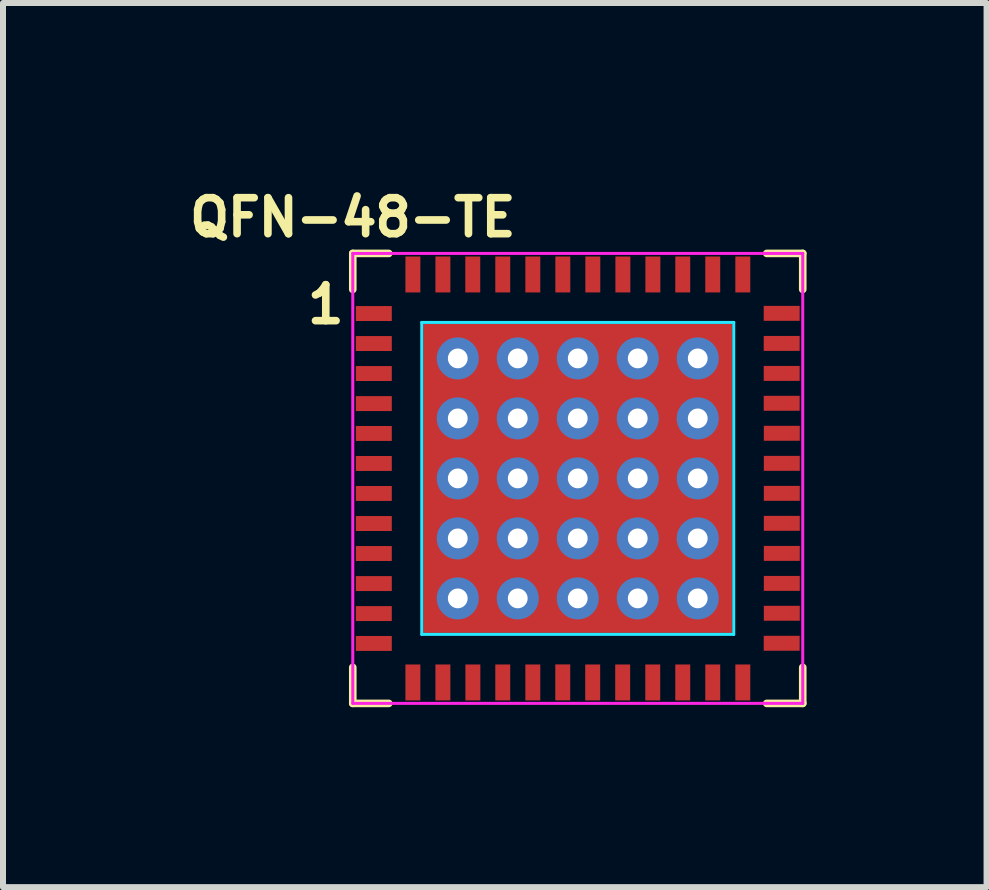
<source format=kicad_pcb>
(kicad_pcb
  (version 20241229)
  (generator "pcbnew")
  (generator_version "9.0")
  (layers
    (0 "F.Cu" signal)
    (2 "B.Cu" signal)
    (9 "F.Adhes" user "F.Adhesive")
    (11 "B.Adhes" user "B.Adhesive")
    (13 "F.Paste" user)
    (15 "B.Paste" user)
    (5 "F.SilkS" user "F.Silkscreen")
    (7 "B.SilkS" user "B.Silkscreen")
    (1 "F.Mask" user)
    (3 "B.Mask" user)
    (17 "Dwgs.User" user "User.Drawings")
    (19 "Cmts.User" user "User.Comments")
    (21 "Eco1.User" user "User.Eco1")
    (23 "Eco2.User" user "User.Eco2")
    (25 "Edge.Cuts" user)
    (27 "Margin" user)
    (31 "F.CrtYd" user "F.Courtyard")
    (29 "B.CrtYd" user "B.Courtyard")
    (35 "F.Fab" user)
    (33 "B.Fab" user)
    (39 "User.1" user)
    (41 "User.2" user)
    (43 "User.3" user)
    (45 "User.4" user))
  (footprint "QFN-48-TE"
    (layer "F.Cu")
    (at 6.58 4.924)
    (property "Reference" "QFN-48-TE" (at -3.75 -4.35 180) (layer "F.SilkS") (effects (font (size 0.6 0.6) (thickness 0.127))))
    (attr smd)
    (fp_line (start -3.75 -3.75) (end -3.75 -3.15) (stroke (width 0.127) (type solid)) (layer "F.SilkS"))
    (fp_line (start -3.75 3.15) (end -3.75 3.75) (stroke (width 0.127) (type solid)) (layer "F.SilkS"))
    (fp_line (start -3.75 3.75) (end -3.15 3.75) (stroke (width 0.127) (type solid)) (layer "F.SilkS"))
    (fp_line (start -3.15 -3.75) (end -3.75 -3.75) (stroke (width 0.127) (type solid)) (layer "F.SilkS"))
    (fp_line (start 3.75 -3.75) (end 3.15 -3.75) (stroke (width 0.127) (type solid)) (layer "F.SilkS"))
    (fp_line (start 3.75 -3.15) (end 3.75 -3.75) (stroke (width 0.127) (type solid)) (layer "F.SilkS"))
    (fp_line (start 3.75 3.15) (end 3.75 3.75) (stroke (width 0.127) (type solid)) (layer "F.SilkS"))
    (fp_line (start 3.75 3.75) (end 3.15 3.75) (stroke (width 0.127) (type solid)) (layer "F.SilkS"))
    (fp_line (start -2.6 -2.6) (end 2.6 -2.6) (stroke (width 0.05) (type solid)) (layer "B.CrtYd"))
    (fp_line (start -2.6 2.6) (end -2.6 -2.6) (stroke (width 0.05) (type solid)) (layer "B.CrtYd"))
    (fp_line (start 2.6 -2.6) (end 2.6 2.6) (stroke (width 0.05) (type solid)) (layer "B.CrtYd"))
    (fp_line (start 2.6 2.6) (end -2.6 2.6) (stroke (width 0.05) (type solid)) (layer "B.CrtYd"))
    (fp_line (start -3.75 -3.75) (end 3.75 -3.75) (stroke (width 0.05) (type solid)) (layer "F.CrtYd"))
    (fp_line (start -3.75 3.75) (end -3.75 -3.75) (stroke (width 0.05) (type solid)) (layer "F.CrtYd"))
    (fp_line (start 3.75 -3.75) (end 3.75 3.75) (stroke (width 0.05) (type solid)) (layer "F.CrtYd"))
    (fp_line (start 3.75 3.75) (end -3.75 3.75) (stroke (width 0.05) (type solid)) (layer "F.CrtYd"))
    (fp_text user "1" (at -4.2 -2.9 0) (layer "F.SilkS") (effects (font (size 0.6 0.6) (thickness 0.127))))
    (pad "1" smd rect (at -3.399 -2.748) (size 0.599 0.249) (layers "F.Cu" "F.Mask" "F.Paste"))
    (pad "2" smd rect (at -3.399 -2.248) (size 0.599 0.249) (layers "F.Cu" "F.Mask" "F.Paste"))
    (pad "3" smd rect (at -3.399 -1.748) (size 0.599 0.249) (layers "F.Cu" "F.Mask" "F.Paste"))
    (pad "4" smd rect (at -3.399 -1.247) (size 0.599 0.249) (layers "F.Cu" "F.Mask" "F.Paste"))
    (pad "5" smd rect (at -3.399 -0.749) (size 0.599 0.249) (layers "F.Cu" "F.Mask" "F.Paste"))
    (pad "6" smd rect (at -3.399 -0.249) (size 0.599 0.249) (layers "F.Cu" "F.Mask" "F.Paste"))
    (pad "7" smd rect (at -3.399 0.251) (size 0.599 0.249) (layers "F.Cu" "F.Mask" "F.Paste"))
    (pad "8" smd rect (at -3.399 0.752) (size 0.599 0.249) (layers "F.Cu" "F.Mask" "F.Paste"))
    (pad "9" smd rect (at -3.399 1.252) (size 0.599 0.249) (layers "F.Cu" "F.Mask" "F.Paste"))
    (pad "10" smd rect (at -3.399 1.753) (size 0.599 0.249) (layers "F.Cu" "F.Mask" "F.Paste"))
    (pad "11" smd rect (at -3.399 2.253) (size 0.599 0.249) (layers "F.Cu" "F.Mask" "F.Paste"))
    (pad "12" smd rect (at -3.399 2.751) (size 0.599 0.249) (layers "F.Cu" "F.Mask" "F.Paste"))
    (pad "13" smd rect (at -2.748 3.401) (size 0.249 0.599) (layers "F.Cu" "F.Mask" "F.Paste"))
    (pad "14" smd rect (at -2.248 3.401) (size 0.249 0.599) (layers "F.Cu" "F.Mask" "F.Paste"))
    (pad "15" smd rect (at -1.748 3.401) (size 0.249 0.599) (layers "F.Cu" "F.Mask" "F.Paste"))
    (pad "16" smd rect (at -1.25 3.401) (size 0.249 0.599) (layers "F.Cu" "F.Mask" "F.Paste"))
    (pad "17" smd rect (at -0.749 3.401) (size 0.249 0.599) (layers "F.Cu" "F.Mask" "F.Paste"))
    (pad "18" smd rect (at -0.25 3.4) (size 0.249 0.599) (layers "F.Cu" "F.Mask" "F.Paste"))
    (pad "19" smd rect (at 0.249 3.401) (size 0.249 0.599) (layers "F.Cu" "F.Mask" "F.Paste"))
    (pad "20" smd rect (at 0.749 3.401) (size 0.249 0.599) (layers "F.Cu" "F.Mask" "F.Paste"))
    (pad "21" smd rect (at 1.25 3.401) (size 0.249 0.599) (layers "F.Cu" "F.Mask" "F.Paste"))
    (pad "22" smd rect (at 1.75 3.401) (size 0.249 0.599) (layers "F.Cu" "F.Mask" "F.Paste"))
    (pad "23" smd rect (at 2.25 3.401) (size 0.249 0.599) (layers "F.Cu" "F.Mask" "F.Paste"))
    (pad "24" smd rect (at 2.751 3.401) (size 0.249 0.599) (layers "F.Cu" "F.Mask" "F.Paste"))
    (pad "25" smd rect (at 3.399 2.748) (size 0.599 0.249) (layers "F.Cu" "F.Mask" "F.Paste"))
    (pad "26" smd rect (at 3.401 2.248) (size 0.599 0.249) (layers "F.Cu" "F.Mask" "F.Paste"))
    (pad "27" smd rect (at 3.401 1.75) (size 0.599 0.249) (layers "F.Cu" "F.Mask" "F.Paste"))
    (pad "28" smd rect (at 3.401 1.25) (size 0.599 0.249) (layers "F.Cu" "F.Mask" "F.Paste"))
    (pad "29" smd rect (at 3.401 0.749) (size 0.599 0.249) (layers "F.Cu" "F.Mask" "F.Paste"))
    (pad "30" smd rect (at 3.401 0.249) (size 0.599 0.249) (layers "F.Cu" "F.Mask" "F.Paste"))
    (pad "31" smd rect (at 3.401 -0.251) (size 0.599 0.249) (layers "F.Cu" "F.Mask" "F.Paste"))
    (pad "32" smd rect (at 3.401 -0.752) (size 0.599 0.249) (layers "F.Cu" "F.Mask" "F.Paste"))
    (pad "33" smd rect (at 3.399 -1.252) (size 0.599 0.249) (layers "F.Cu" "F.Mask" "F.Paste"))
    (pad "34" smd rect (at 3.399 -1.75) (size 0.599 0.249) (layers "F.Cu" "F.Mask" "F.Paste"))
    (pad "35" smd rect (at 3.399 -2.25) (size 0.599 0.249) (layers "F.Cu" "F.Mask" "F.Paste"))
    (pad "36" smd rect (at 3.399 -2.751) (size 0.599 0.249) (layers "F.Cu" "F.Mask" "F.Paste"))
    (pad "37" smd rect (at 2.751 -3.399) (size 0.249 0.599) (layers "F.Cu" "F.Mask" "F.Paste"))
    (pad "38" smd rect (at 2.25 -3.399) (size 0.249 0.599) (layers "F.Cu" "F.Mask" "F.Paste"))
    (pad "39" smd rect (at 1.75 -3.399) (size 0.249 0.599) (layers "F.Cu" "F.Mask" "F.Paste"))
    (pad "40" smd rect (at 1.252 -3.399) (size 0.249 0.599) (layers "F.Cu" "F.Mask" "F.Paste"))
    (pad "41" smd rect (at 0.752 -3.399) (size 0.249 0.599) (layers "F.Cu" "F.Mask" "F.Paste"))
    (pad "42" smd rect (at 0.251 -3.399) (size 0.249 0.599) (layers "F.Cu" "F.Mask" "F.Paste"))
    (pad "43" smd rect (at -0.249 -3.399) (size 0.249 0.599) (layers "F.Cu" "F.Mask" "F.Paste"))
    (pad "44" smd rect (at -0.749 -3.399) (size 0.249 0.599) (layers "F.Cu" "F.Mask" "F.Paste"))
    (pad "45" smd rect (at -1.25 -3.399) (size 0.249 0.599) (layers "F.Cu" "F.Mask" "F.Paste"))
    (pad "46" smd rect (at -1.75 -3.399) (size 0.249 0.599) (layers "F.Cu" "F.Mask" "F.Paste"))
    (pad "47" smd rect (at -2.248 -3.399) (size 0.249 0.599) (layers "F.Cu" "F.Mask" "F.Paste"))
    (pad "48" smd rect (at -2.748 -3.399) (size 0.249 0.599) (layers "F.Cu" "F.Mask" "F.Paste"))
    (pad "49" thru_hole circle (at -2 -2) (size 0.7 0.7) (drill 0.33) (layers "*.Cu" "F.Mask"))
    (pad "49" thru_hole circle (at -2 -1) (size 0.7 0.7) (drill 0.33) (layers "*.Cu" "F.Mask"))
    (pad "49" thru_hole circle (at -2 0) (size 0.7 0.7) (drill 0.33) (layers "*.Cu" "F.Mask"))
    (pad "49" thru_hole circle (at -2 1) (size 0.7 0.7) (drill 0.33) (layers "*.Cu" "F.Mask"))
    (pad "49" thru_hole circle (at -2 2) (size 0.7 0.7) (drill 0.33) (layers "*.Cu" "F.Mask"))
    (pad "49" smd oval (at -1.5 -1.5) (size 1 0.8) (layers "F.Cu" "F.Mask" "F.Paste"))
    (pad "49" smd oval (at -1.5 -0.5) (size 1 0.8) (layers "F.Cu" "F.Mask" "F.Paste"))
    (pad "49" smd oval (at -1.5 0.5) (size 1 0.8) (layers "F.Cu" "F.Mask" "F.Paste"))
    (pad "49" smd oval (at -1.5 1.5) (size 1 0.8) (layers "F.Cu" "F.Mask" "F.Paste"))
    (pad "49" thru_hole circle (at -1 -2) (size 0.7 0.7) (drill 0.33) (layers "*.Cu" "F.Mask"))
    (pad "49" thru_hole circle (at -1 -1) (size 0.7 0.7) (drill 0.33) (layers "*.Cu" "F.Mask"))
    (pad "49" thru_hole circle (at -1 0) (size 0.7 0.7) (drill 0.33) (layers "*.Cu" "F.Mask"))
    (pad "49" thru_hole circle (at -1 1) (size 0.7 0.7) (drill 0.33) (layers "*.Cu" "F.Mask"))
    (pad "49" thru_hole circle (at -1 2) (size 0.7 0.7) (drill 0.33) (layers "*.Cu" "F.Mask"))
    (pad "49" smd oval (at -0.5 -1.5) (size 1 0.8) (layers "F.Cu" "F.Mask" "F.Paste"))
    (pad "49" smd oval (at -0.5 -0.5) (size 1 0.8) (layers "F.Cu" "F.Mask" "F.Paste"))
    (pad "49" smd oval (at -0.5 0.5) (size 1 0.8) (layers "F.Cu" "F.Mask" "F.Paste"))
    (pad "49" smd oval (at -0.5 1.5) (size 1 0.8) (layers "F.Cu" "F.Mask" "F.Paste"))
    (pad "49" smd oval (at 0 -2.35) (size 5 0.3) (layers "F.Cu" "F.Mask" "F.Paste"))
    (pad "49" thru_hole circle (at 0 -2) (size 0.7 0.7) (drill 0.33) (layers "*.Cu" "F.Mask"))
    (pad "49" smd oval (at 0 -1.5) (size 5 0.6) (layers "F.Cu" "F.Mask" "F.Paste"))
    (pad "49" thru_hole circle (at 0 -1) (size 0.7 0.7) (drill 0.33) (layers "*.Cu" "F.Mask"))
    (pad "49" smd oval (at 0 -0.5) (size 5 0.6) (layers "F.Cu" "F.Mask" "F.Paste"))
    (pad "49" thru_hole circle (at 0 0) (size 0.7 0.7) (drill 0.33) (layers "*.Cu" "F.Mask"))
    (pad "49" smd rect (at 0 0 270) (size 5.15 5.15) (layers "F.Cu" "F.Mask"))
    (pad "49" smd oval (at 0 0.5) (size 5 0.6) (layers "F.Cu" "F.Mask" "F.Paste"))
    (pad "49" thru_hole circle (at 0 1) (size 0.7 0.7) (drill 0.33) (layers "*.Cu" "F.Mask"))
    (pad "49" smd oval (at 0 1.5) (size 5 0.6) (layers "F.Cu" "F.Mask" "F.Paste"))
    (pad "49" thru_hole circle (at 0 2) (size 0.7 0.7) (drill 0.33) (layers "*.Cu" "F.Mask"))
    (pad "49" smd oval (at 0 2.35) (size 5 0.3) (layers "F.Cu" "F.Mask" "F.Paste"))
    (pad "49" smd oval (at 0.5 -1.5) (size 1 0.8) (layers "F.Cu" "F.Mask" "F.Paste"))
    (pad "49" smd oval (at 0.5 -0.5) (size 1 0.8) (layers "F.Cu" "F.Mask" "F.Paste"))
    (pad "49" smd oval (at 0.5 0.5) (size 1 0.8) (layers "F.Cu" "F.Mask" "F.Paste"))
    (pad "49" smd oval (at 0.5 1.5) (size 1 0.8) (layers "F.Cu" "F.Mask" "F.Paste"))
    (pad "49" thru_hole circle (at 1 -2) (size 0.7 0.7) (drill 0.33) (layers "*.Cu" "F.Mask"))
    (pad "49" thru_hole circle (at 1 -1) (size 0.7 0.7) (drill 0.33) (layers "*.Cu" "F.Mask"))
    (pad "49" thru_hole circle (at 1 0) (size 0.7 0.7) (drill 0.33) (layers "*.Cu" "F.Mask"))
    (pad "49" thru_hole circle (at 1 1) (size 0.7 0.7) (drill 0.33) (layers "*.Cu" "F.Mask"))
    (pad "49" thru_hole circle (at 1 2) (size 0.7 0.7) (drill 0.33) (layers "*.Cu" "F.Mask"))
    (pad "49" smd oval (at 1.5 -1.5) (size 1 0.8) (layers "F.Cu" "F.Mask" "F.Paste"))
    (pad "49" smd oval (at 1.5 -0.5) (size 1 0.8) (layers "F.Cu" "F.Mask" "F.Paste"))
    (pad "49" smd oval (at 1.5 0.5) (size 1 0.8) (layers "F.Cu" "F.Mask" "F.Paste"))
    (pad "49" smd oval (at 1.5 1.5) (size 1 0.8) (layers "F.Cu" "F.Mask" "F.Paste"))
    (pad "49" thru_hole circle (at 2 -2) (size 0.7 0.7) (drill 0.33) (layers "*.Cu" "F.Mask"))
    (pad "49" thru_hole circle (at 2 -1) (size 0.7 0.7) (drill 0.33) (layers "*.Cu" "F.Mask"))
    (pad "49" thru_hole circle (at 2 0) (size 0.7 0.7) (drill 0.33) (layers "*.Cu" "F.Mask"))
    (pad "49" thru_hole circle (at 2 1) (size 0.7 0.7) (drill 0.33) (layers "*.Cu" "F.Mask"))
    (pad "49" thru_hole circle (at 2 2) (size 0.7 0.7) (drill 0.33) (layers "*.Cu" "F.Mask")))
  (gr_rect
    (start -3 -3)
    (end 13.394 11.737)
    (stroke (width 0.1) (type default))
    (fill no)
    (layer "Edge.Cuts")))
</source>
